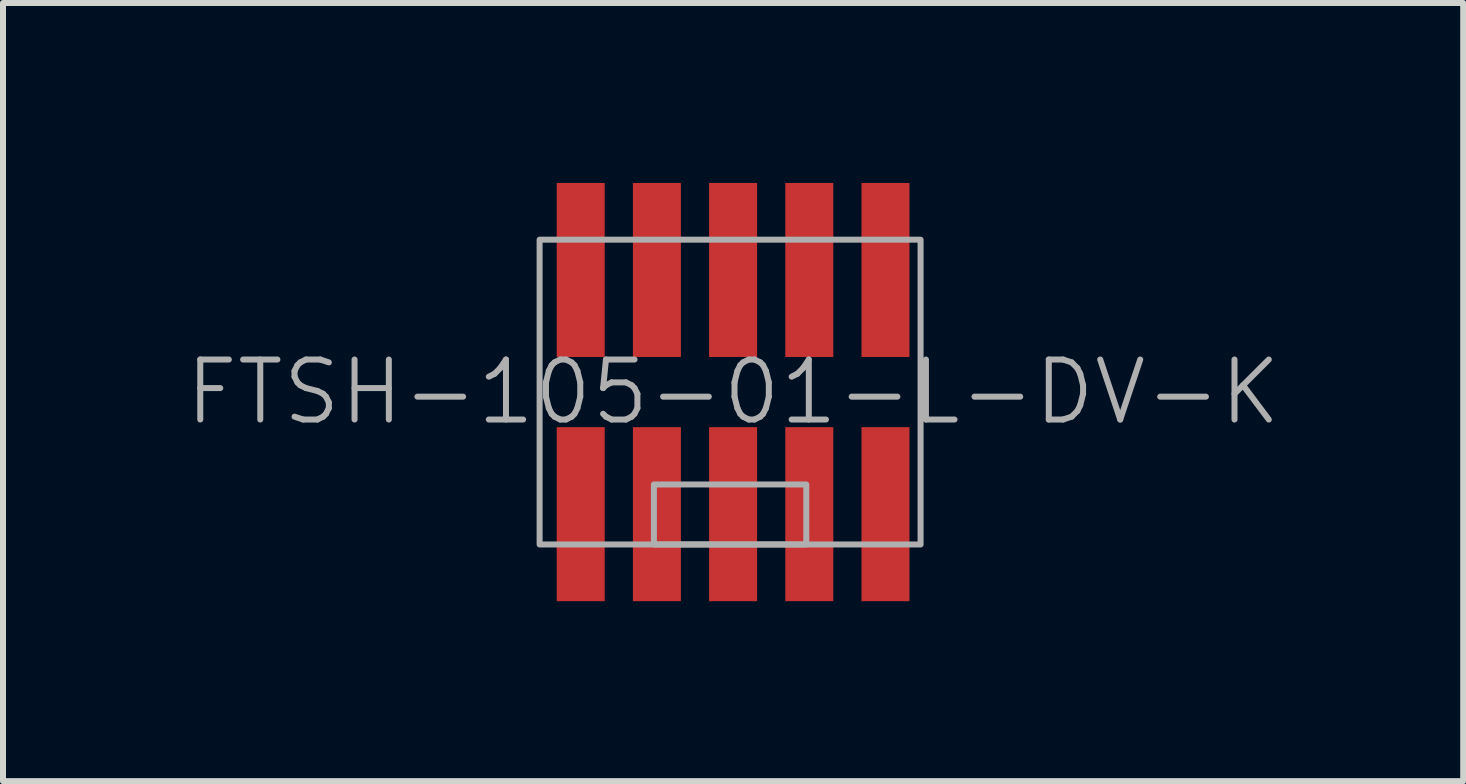
<source format=kicad_pcb>
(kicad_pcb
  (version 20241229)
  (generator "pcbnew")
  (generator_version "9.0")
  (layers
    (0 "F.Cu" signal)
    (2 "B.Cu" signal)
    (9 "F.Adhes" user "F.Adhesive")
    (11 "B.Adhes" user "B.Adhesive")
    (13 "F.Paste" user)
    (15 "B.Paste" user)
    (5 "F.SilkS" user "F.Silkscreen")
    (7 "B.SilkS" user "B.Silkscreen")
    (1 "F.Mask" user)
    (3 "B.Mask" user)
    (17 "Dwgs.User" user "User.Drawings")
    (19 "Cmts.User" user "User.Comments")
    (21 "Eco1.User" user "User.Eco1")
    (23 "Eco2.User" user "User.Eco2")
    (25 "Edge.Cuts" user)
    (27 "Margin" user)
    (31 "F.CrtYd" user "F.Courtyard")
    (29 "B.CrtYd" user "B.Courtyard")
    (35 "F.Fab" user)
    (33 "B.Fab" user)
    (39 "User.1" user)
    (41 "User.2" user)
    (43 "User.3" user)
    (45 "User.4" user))
  (footprint "FTSH-105-01-L-DV-K"
    (layer "F.Cu")
    (at 9.169 3.485)
    (property "Reference" "FTSH-105-01-L-DV-K" (at 0 0 0) (layer "F.Fab") (effects (font (size 1 1) (thickness 0.1))))
    (attr smd)
    (fp_rect (start -3.225 2.54) (end 3.125 -2.54) (stroke (width 0.1) (type default)) (fill no) (layer "F.Fab"))
    (fp_rect (start -1.32 2.54) (end 1.22 1.54) (stroke (width 0.1) (type default)) (fill no) (layer "F.Fab"))
    (pad "1" smd rect (at -2.54 2.035) (size 0.8 2.9) (layers "F.Cu" "F.Mask"))
    (pad "2" smd rect (at -2.54 -2.035) (size 0.8 2.9) (layers "F.Cu" "F.Mask"))
    (pad "3" smd rect (at -1.27 2.035) (size 0.8 2.9) (layers "F.Cu" "F.Mask"))
    (pad "4" smd rect (at -1.27 -2.035) (size 0.8 2.9) (layers "F.Cu" "F.Mask"))
    (pad "5" smd rect (at 0 2.035) (size 0.8 2.9) (layers "F.Cu" "F.Mask"))
    (pad "6" smd rect (at 0 -2.035) (size 0.8 2.9) (layers "F.Cu" "F.Mask"))
    (pad "7" smd rect (at 1.27 2.035) (size 0.8 2.9) (layers "F.Cu" "F.Mask"))
    (pad "8" smd rect (at 1.27 -2.035) (size 0.8 2.9) (layers "F.Cu" "F.Mask"))
    (pad "9" smd rect (at 2.54 2.035) (size 0.8 2.9) (layers "F.Cu" "F.Mask"))
    (pad "10" smd rect (at 2.54 -2.035) (size 0.8 2.9) (layers "F.Cu" "F.Mask")))
  (gr_rect
    (start -3 -3)
    (end 21.338 9.97)
    (stroke (width 0.1) (type default))
    (fill no)
    (layer "Edge.Cuts")))
</source>
